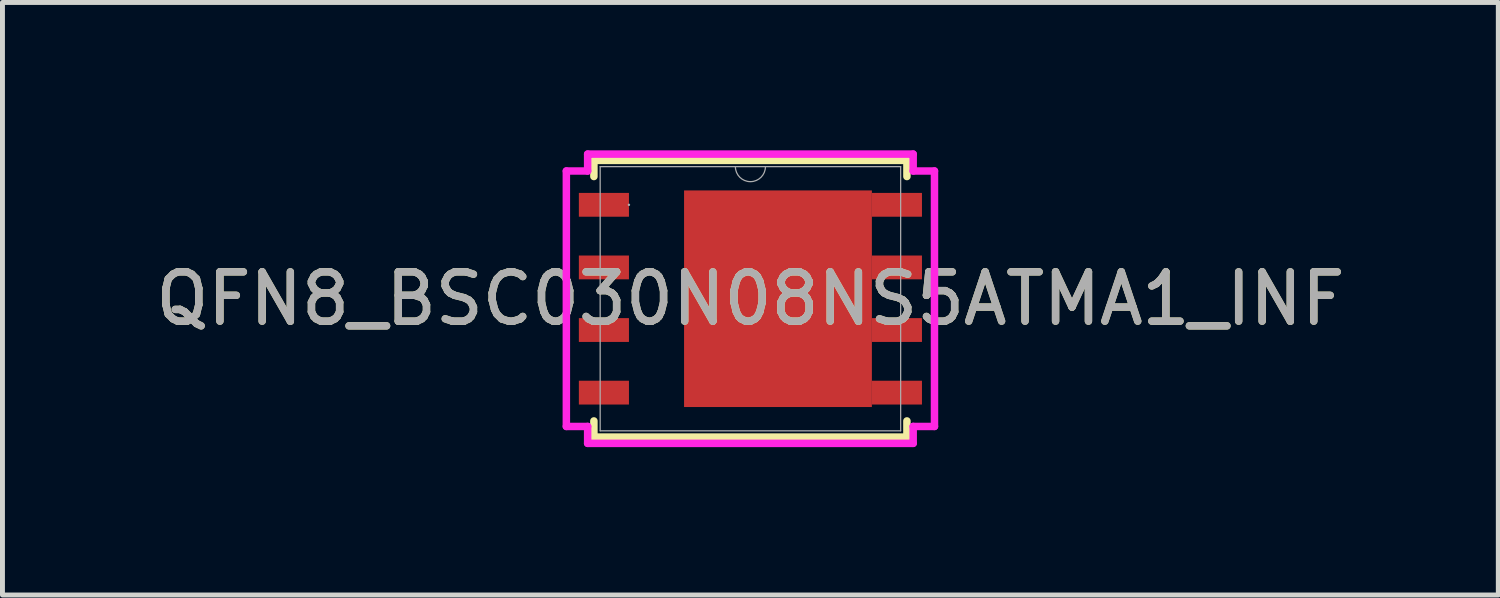
<source format=kicad_pcb>
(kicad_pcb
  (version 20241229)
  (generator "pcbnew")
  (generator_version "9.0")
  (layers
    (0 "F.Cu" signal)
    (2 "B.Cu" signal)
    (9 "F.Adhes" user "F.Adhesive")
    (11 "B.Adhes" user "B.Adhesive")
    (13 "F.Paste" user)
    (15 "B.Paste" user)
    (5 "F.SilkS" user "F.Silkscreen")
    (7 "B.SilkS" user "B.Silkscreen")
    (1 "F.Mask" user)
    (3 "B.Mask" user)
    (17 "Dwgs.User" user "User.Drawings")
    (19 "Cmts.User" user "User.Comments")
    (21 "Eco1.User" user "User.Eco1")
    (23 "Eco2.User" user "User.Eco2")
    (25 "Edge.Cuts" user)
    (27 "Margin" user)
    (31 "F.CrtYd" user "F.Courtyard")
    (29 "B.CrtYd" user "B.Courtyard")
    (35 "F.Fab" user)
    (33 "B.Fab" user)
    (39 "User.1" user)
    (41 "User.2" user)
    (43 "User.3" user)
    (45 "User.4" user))
  (footprint "QFN8_BSC030N08NS5ATMA1_INF"
    (layer "F.Cu")
    (at 12.173 3.01)
    (property "Reference" "QFN8_BSC030N08NS5ATMA1_INF" (at 0 0 0) (unlocked yes) (layer "F.SilkS") (effects (font (size 1 1) (thickness 0.15))))
    (attr smd)
    (fp_poly (pts (xy 2.464 -2.197) (xy 2.464 2.197) (xy -1.346 2.197) (xy -1.346 -2.197)) (stroke (width 0) (type solid)) (fill yes) (layer "F.Cu"))
    (fp_line (start -3.175 -2.807) (end -3.175 -2.479) (stroke (width 0.152) (type solid)) (layer "F.SilkS"))
    (fp_line (start -3.175 2.479) (end -3.175 2.807) (stroke (width 0.152) (type solid)) (layer "F.SilkS"))
    (fp_line (start -3.175 2.807) (end 3.175 2.807) (stroke (width 0.152) (type solid)) (layer "F.SilkS"))
    (fp_line (start 3.175 -2.807) (end -3.175 -2.807) (stroke (width 0.152) (type solid)) (layer "F.SilkS"))
    (fp_line (start 3.175 -2.479) (end 3.175 -2.807) (stroke (width 0.152) (type solid)) (layer "F.SilkS"))
    (fp_line (start 3.175 2.807) (end 3.175 2.479) (stroke (width 0.152) (type solid)) (layer "F.SilkS"))
    (fp_poly (pts (xy -1.246 -2.097) (xy -1.246 -0.832) (xy -0.176 -0.832) (xy -0.176 -2.097)) (stroke (width 0) (type solid)) (fill yes) (layer "F.Paste"))
    (fp_poly (pts (xy -1.246 -0.632) (xy -1.246 0.632) (xy -0.176 0.632) (xy -0.176 -0.632)) (stroke (width 0) (type solid)) (fill yes) (layer "F.Paste"))
    (fp_poly (pts (xy -1.246 0.832) (xy -1.246 2.097) (xy -0.176 2.097) (xy -0.176 0.832)) (stroke (width 0) (type solid)) (fill yes) (layer "F.Paste"))
    (fp_poly (pts (xy 0.024 -2.097) (xy 0.024 -0.832) (xy 1.094 -0.832) (xy 1.094 -2.097)) (stroke (width 0) (type solid)) (fill yes) (layer "F.Paste"))
    (fp_poly (pts (xy 0.024 -0.632) (xy 0.024 0.632) (xy 1.094 0.632) (xy 1.094 -0.632)) (stroke (width 0) (type solid)) (fill yes) (layer "F.Paste"))
    (fp_poly (pts (xy 0.024 0.832) (xy 0.024 2.097) (xy 1.094 2.097) (xy 1.094 0.832)) (stroke (width 0) (type solid)) (fill yes) (layer "F.Paste"))
    (fp_poly (pts (xy 1.294 -2.097) (xy 1.294 -0.832) (xy 2.364 -0.832) (xy 2.364 -2.097)) (stroke (width 0) (type solid)) (fill yes) (layer "F.Paste"))
    (fp_poly (pts (xy 1.294 -0.632) (xy 1.294 0.632) (xy 2.364 0.632) (xy 2.364 -0.632)) (stroke (width 0) (type solid)) (fill yes) (layer "F.Paste"))
    (fp_poly (pts (xy 1.294 0.832) (xy 1.294 2.097) (xy 2.364 2.097) (xy 2.364 0.832)) (stroke (width 0) (type solid)) (fill yes) (layer "F.Paste"))
    (fp_line (start -3.734 -2.591) (end -3.302 -2.591) (stroke (width 0.152) (type solid)) (layer "F.CrtYd"))
    (fp_line (start -3.734 2.591) (end -3.734 -2.591) (stroke (width 0.152) (type solid)) (layer "F.CrtYd"))
    (fp_line (start -3.734 2.591) (end -3.302 2.591) (stroke (width 0.152) (type solid)) (layer "F.CrtYd"))
    (fp_line (start -3.302 -2.934) (end 3.302 -2.934) (stroke (width 0.152) (type solid)) (layer "F.CrtYd"))
    (fp_line (start -3.302 -2.591) (end -3.302 -2.934) (stroke (width 0.152) (type solid)) (layer "F.CrtYd"))
    (fp_line (start -3.302 2.934) (end -3.302 2.591) (stroke (width 0.152) (type solid)) (layer "F.CrtYd"))
    (fp_line (start 3.302 -2.934) (end 3.302 -2.591) (stroke (width 0.152) (type solid)) (layer "F.CrtYd"))
    (fp_line (start 3.302 2.591) (end 3.302 2.934) (stroke (width 0.152) (type solid)) (layer "F.CrtYd"))
    (fp_line (start 3.302 2.934) (end -3.302 2.934) (stroke (width 0.152) (type solid)) (layer "F.CrtYd"))
    (fp_line (start 3.734 -2.591) (end 3.302 -2.591) (stroke (width 0.152) (type solid)) (layer "F.CrtYd"))
    (fp_line (start 3.734 -2.591) (end 3.734 2.591) (stroke (width 0.152) (type solid)) (layer "F.CrtYd"))
    (fp_line (start 3.734 2.591) (end 3.302 2.591) (stroke (width 0.152) (type solid)) (layer "F.CrtYd"))
    (fp_line (start -3.048 -2.68) (end -3.048 2.68) (stroke (width 0.025) (type solid)) (layer "F.Fab"))
    (fp_line (start -3.048 2.68) (end 3.048 2.68) (stroke (width 0.025) (type solid)) (layer "F.Fab"))
    (fp_line (start 3.048 -2.68) (end -3.048 -2.68) (stroke (width 0.025) (type solid)) (layer "F.Fab"))
    (fp_line (start 3.048 2.68) (end 3.048 -2.68) (stroke (width 0.025) (type solid)) (layer "F.Fab"))
    (fp_arc (start 0.3048 -2.6797) (mid 0 -2.3749) (end -0.3048 -2.6797) (stroke (width 0.0254) (type solid)) (layer "F.Fab"))
    (fp_circle (center -2.464 -1.905) (end -2.464 -1.905) (stroke (width 0.025) (type solid)) (fill no) (layer "F.Fab"))
    (fp_text user "${REFERENCE}" (at 0 0 0) (unlocked yes) (layer "F.Fab") (effects (font (size 1 1) (thickness 0.15))))
    (pad "1" smd rect (at -2.972 -1.905) (size 1.016 0.483) (layers "F.Cu" "F.Mask" "F.Paste"))
    (pad "2" smd rect (at -2.972 -0.635) (size 1.016 0.483) (layers "F.Cu" "F.Mask" "F.Paste"))
    (pad "3" smd rect (at -2.972 0.635) (size 1.016 0.483) (layers "F.Cu" "F.Mask" "F.Paste"))
    (pad "4" smd rect (at -2.972 1.905) (size 1.016 0.483) (layers "F.Cu" "F.Mask" "F.Paste"))
    (pad "5" smd rect (at 2.972 1.905) (size 1.016 0.483) (layers "F.Cu" "F.Mask" "F.Paste"))
    (pad "6" smd rect (at 2.972 0.635) (size 1.016 0.483) (layers "F.Cu" "F.Mask" "F.Paste"))
    (pad "7" smd rect (at 2.972 -0.635) (size 1.016 0.483) (layers "F.Cu" "F.Mask" "F.Paste"))
    (pad "8" smd rect (at 2.972 -1.905) (size 1.016 0.483) (layers "F.Cu" "F.Mask" "F.Paste")))
  (gr_rect
    (start -3 -3)
    (end 27.345 9.02)
    (stroke (width 0.1) (type default))
    (fill no)
    (layer "Edge.Cuts")))
</source>
